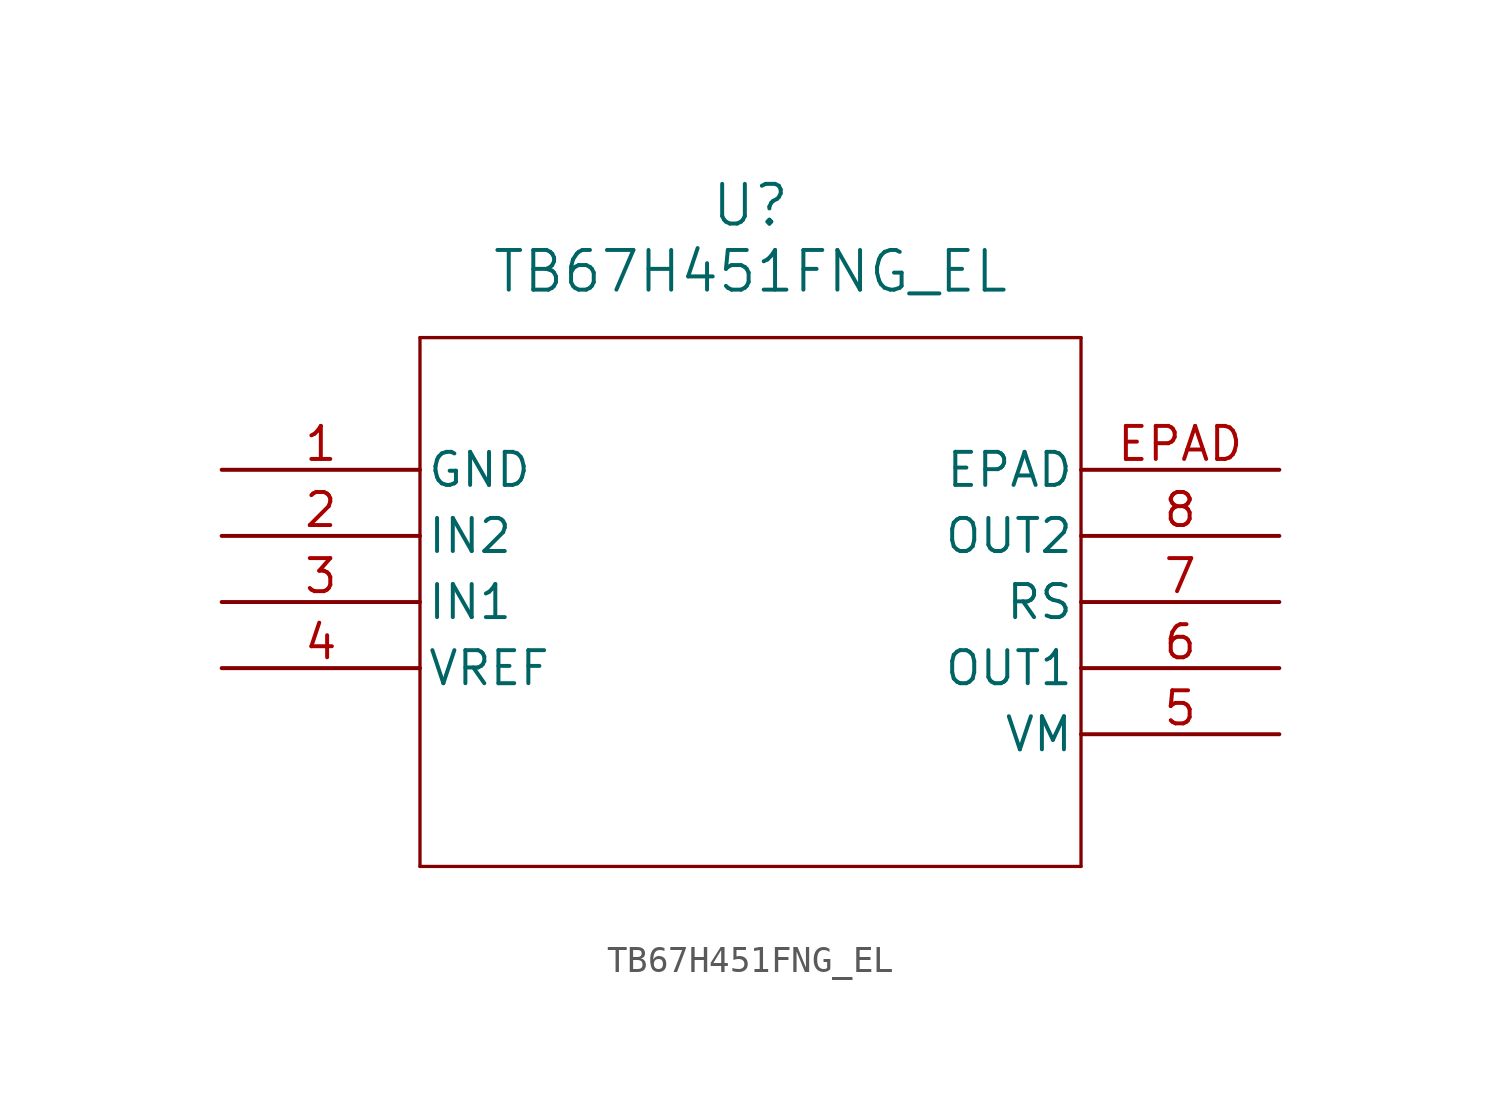
<source format=kicad_sym>
(kicad_symbol_lib
  (version 20211014)
  (generator kicad_symbol_editor)
  (symbol "TB67H451FNG_EL"
    (pin_names
      (offset 0.254))
    (property "Reference" "U"
      (at 20.32 10.16 0)
      (effects (font (size 1.524 1.524))))
    (property "Value" "TB67H451FNG_EL"
      (at 20.32 7.62 0)
      (effects (font (size 1.524 1.524))))
    (symbol "TB67H451FNG_EL_0_1"
      (polyline (pts (xy 7.62 5.08) (xy 7.62 -15.24)) (stroke (width 0.127) (type default) (color 0 0 0 0)) (fill (type none)))
      (polyline (pts (xy 7.62 -15.24) (xy 33.02 -15.24)) (stroke (width 0.127) (type default) (color 0 0 0 0)) (fill (type none)))
      (polyline (pts (xy 33.02 -15.24) (xy 33.02 5.08)) (stroke (width 0.127) (type default) (color 0 0 0 0)) (fill (type none)))
      (polyline (pts (xy 33.02 5.08) (xy 7.62 5.08)) (stroke (width 0.127) (type default) (color 0 0 0 0)) (fill (type none)))
      (pin power_out line (at 0 0 0) (length 7.62) (name "GND" (effects (font (size 1.27 1.27)))) (number "1" (effects (font (size 1.27 1.27)))))
      (pin input line (at 0 -2.54 0) (length 7.62) (name "IN2" (effects (font (size 1.27 1.27)))) (number "2" (effects (font (size 1.27 1.27)))))
      (pin input line (at 0 -5.08 0) (length 7.62) (name "IN1" (effects (font (size 1.27 1.27)))) (number "3" (effects (font (size 1.27 1.27)))))
      (pin output line (at 0 -7.62 0) (length 7.62) (name "VREF" (effects (font (size 1.27 1.27)))) (number "4" (effects (font (size 1.27 1.27)))))
      (pin power_in line (at 40.64 -10.16 180) (length 7.62) (name "VM" (effects (font (size 1.27 1.27)))) (number "5" (effects (font (size 1.27 1.27)))))
      (pin output line (at 40.64 -7.62 180) (length 7.62) (name "OUT1" (effects (font (size 1.27 1.27)))) (number "6" (effects (font (size 1.27 1.27)))))
      (pin output line (at 40.64 -5.08 180) (length 7.62) (name "RS" (effects (font (size 1.27 1.27)))) (number "7" (effects (font (size 1.27 1.27)))))
      (pin output line (at 40.64 -2.54 180) (length 7.62) (name "OUT2" (effects (font (size 1.27 1.27)))) (number "8" (effects (font (size 1.27 1.27)))))
      (pin unspecified line (at 40.64 0 180) (length 7.62) (name "EPAD" (effects (font (size 1.27 1.27)))) (number "EPAD" (effects (font (size 1.27 1.27))))))))
</source>
